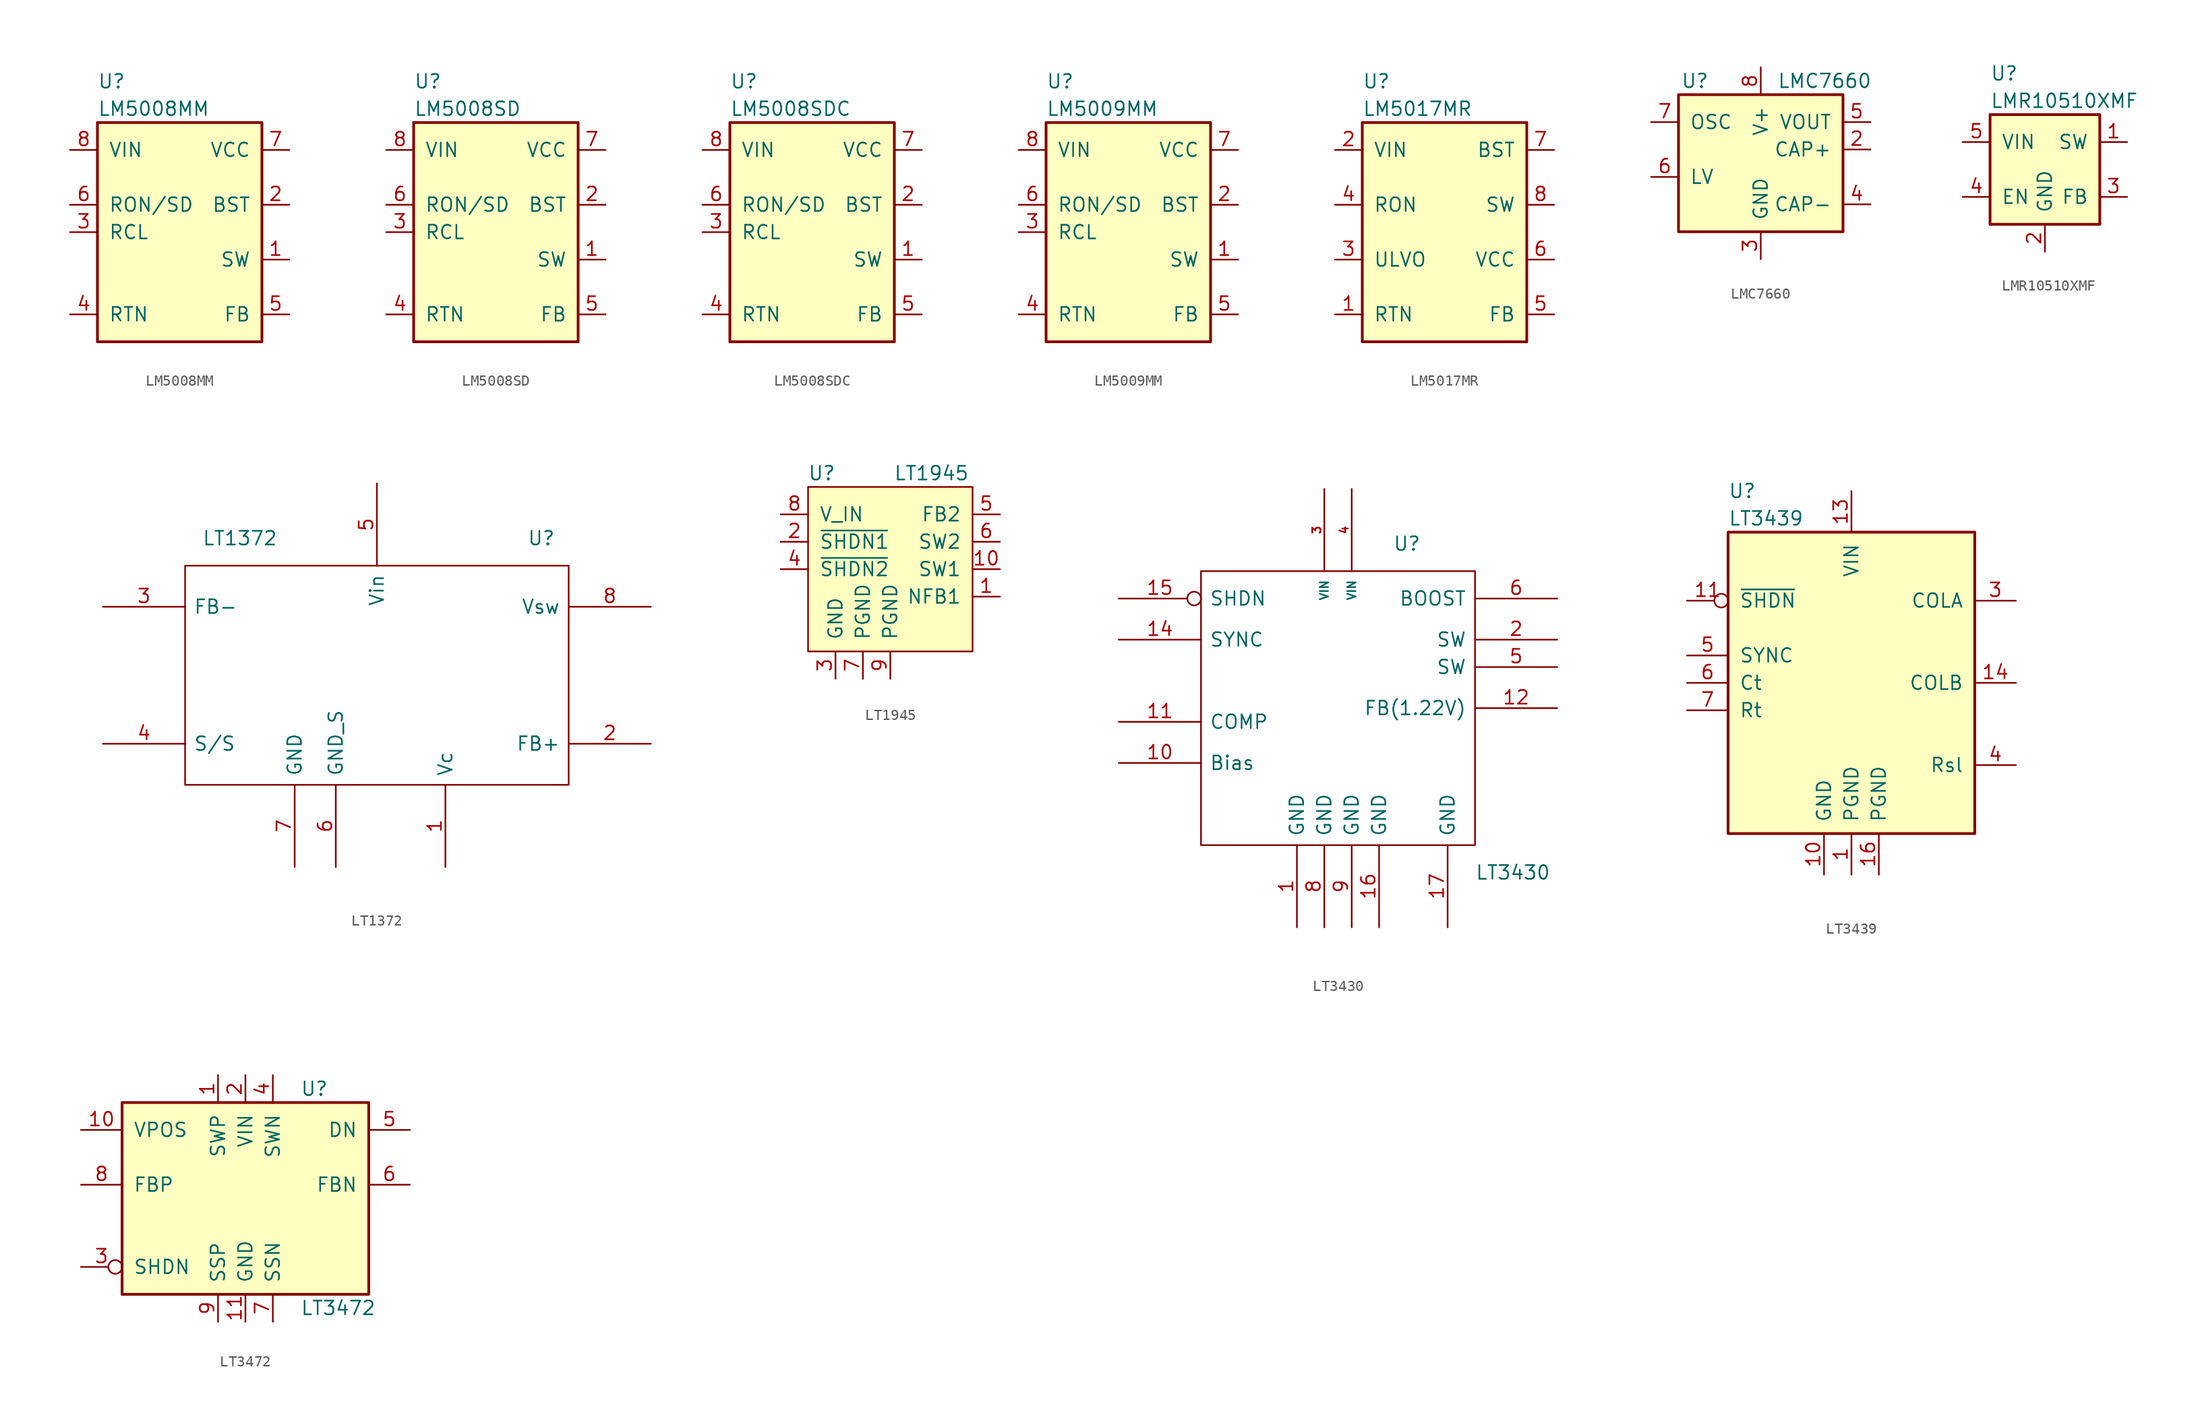
<source format=kicad_sym>
(kicad_symbol_lib
  (version 20211014)
  (generator kicad_symbol_editor)
  (symbol "LM5008MM"
    (pin_names
      (offset 1.016))
    (property "Reference" "U"
      (at -7.62 13.97 0)
      (effects (font (size 1.27 1.27)) (justify left)))
    (property "Value" "LM5008MM"
      (at -7.62 11.43 0)
      (effects (font (size 1.27 1.27)) (justify left)))
    (symbol "LM5008MM_0_1"
      (rectangle (start -7.62 10.16) (end 7.62 -10.16) (stroke (width 0.254) (type default) (color 0 0 0 0)) (fill (type background))))
    (symbol "LM5008MM_1_1"
      (pin output line (at 10.16 -2.54 180) (length 2.54) (name "SW" (effects (font (size 1.27 1.27)))) (number "1" (effects (font (size 1.27 1.27)))))
      (pin input line (at 10.16 2.54 180) (length 2.54) (name "BST" (effects (font (size 1.27 1.27)))) (number "2" (effects (font (size 1.27 1.27)))))
      (pin input line (at -10.16 0 0) (length 2.54) (name "RCL" (effects (font (size 1.27 1.27)))) (number "3" (effects (font (size 1.27 1.27)))))
      (pin power_in line (at -10.16 -7.62 0) (length 2.54) (name "RTN" (effects (font (size 1.27 1.27)))) (number "4" (effects (font (size 1.27 1.27)))))
      (pin input line (at 10.16 -7.62 180) (length 2.54) (name "FB" (effects (font (size 1.27 1.27)))) (number "5" (effects (font (size 1.27 1.27)))))
      (pin input line (at -10.16 2.54 0) (length 2.54) (name "RON/SD" (effects (font (size 1.27 1.27)))) (number "6" (effects (font (size 1.27 1.27)))))
      (pin output line (at 10.16 7.62 180) (length 2.54) (name "VCC" (effects (font (size 1.27 1.27)))) (number "7" (effects (font (size 1.27 1.27)))))
      (pin input line (at -10.16 7.62 0) (length 2.54) (name "VIN" (effects (font (size 1.27 1.27)))) (number "8" (effects (font (size 1.27 1.27)))))))
  (symbol "LM5008SD"
    (pin_names
      (offset 1.016))
    (property "Reference" "U"
      (at -7.62 13.97 0)
      (effects (font (size 1.27 1.27)) (justify left)))
    (property "Value" "LM5008SD"
      (at -7.62 11.43 0)
      (effects (font (size 1.27 1.27)) (justify left)))
    (symbol "LM5008SD_0_1"
      (rectangle (start -7.62 10.16) (end 7.62 -10.16) (stroke (width 0.254) (type default) (color 0 0 0 0)) (fill (type background))))
    (symbol "LM5008SD_1_1"
      (pin output line (at 10.16 -2.54 180) (length 2.54) (name "SW" (effects (font (size 1.27 1.27)))) (number "1" (effects (font (size 1.27 1.27)))))
      (pin input line (at 10.16 2.54 180) (length 2.54) (name "BST" (effects (font (size 1.27 1.27)))) (number "2" (effects (font (size 1.27 1.27)))))
      (pin input line (at -10.16 0 0) (length 2.54) (name "RCL" (effects (font (size 1.27 1.27)))) (number "3" (effects (font (size 1.27 1.27)))))
      (pin power_in line (at -10.16 -7.62 0) (length 2.54) (name "RTN" (effects (font (size 1.27 1.27)))) (number "4" (effects (font (size 1.27 1.27)))))
      (pin input line (at 10.16 -7.62 180) (length 2.54) (name "FB" (effects (font (size 1.27 1.27)))) (number "5" (effects (font (size 1.27 1.27)))))
      (pin input line (at -10.16 2.54 0) (length 2.54) (name "RON/SD" (effects (font (size 1.27 1.27)))) (number "6" (effects (font (size 1.27 1.27)))))
      (pin output line (at 10.16 7.62 180) (length 2.54) (name "VCC" (effects (font (size 1.27 1.27)))) (number "7" (effects (font (size 1.27 1.27)))))
      (pin input line (at -10.16 7.62 0) (length 2.54) (name "VIN" (effects (font (size 1.27 1.27)))) (number "8" (effects (font (size 1.27 1.27)))))))
  (symbol "LM5008SDC"
    (pin_names
      (offset 1.016))
    (property "Reference" "U"
      (at -7.62 13.97 0)
      (effects (font (size 1.27 1.27)) (justify left)))
    (property "Value" "LM5008SDC"
      (at -7.62 11.43 0)
      (effects (font (size 1.27 1.27)) (justify left)))
    (symbol "LM5008SDC_0_1"
      (rectangle (start -7.62 10.16) (end 7.62 -10.16) (stroke (width 0.254) (type default) (color 0 0 0 0)) (fill (type background))))
    (symbol "LM5008SDC_1_1"
      (pin output line (at 10.16 -2.54 180) (length 2.54) (name "SW" (effects (font (size 1.27 1.27)))) (number "1" (effects (font (size 1.27 1.27)))))
      (pin input line (at 10.16 2.54 180) (length 2.54) (name "BST" (effects (font (size 1.27 1.27)))) (number "2" (effects (font (size 1.27 1.27)))))
      (pin input line (at -10.16 0 0) (length 2.54) (name "RCL" (effects (font (size 1.27 1.27)))) (number "3" (effects (font (size 1.27 1.27)))))
      (pin power_in line (at -10.16 -7.62 0) (length 2.54) (name "RTN" (effects (font (size 1.27 1.27)))) (number "4" (effects (font (size 1.27 1.27)))))
      (pin input line (at 10.16 -7.62 180) (length 2.54) (name "FB" (effects (font (size 1.27 1.27)))) (number "5" (effects (font (size 1.27 1.27)))))
      (pin input line (at -10.16 2.54 0) (length 2.54) (name "RON/SD" (effects (font (size 1.27 1.27)))) (number "6" (effects (font (size 1.27 1.27)))))
      (pin output line (at 10.16 7.62 180) (length 2.54) (name "VCC" (effects (font (size 1.27 1.27)))) (number "7" (effects (font (size 1.27 1.27)))))
      (pin input line (at -10.16 7.62 0) (length 2.54) (name "VIN" (effects (font (size 1.27 1.27)))) (number "8" (effects (font (size 1.27 1.27)))))))
  (symbol "LM5009MM"
    (pin_names
      (offset 1.016))
    (property "Reference" "U"
      (at -7.62 13.97 0)
      (effects (font (size 1.27 1.27)) (justify left)))
    (property "Value" "LM5009MM"
      (at -7.62 11.43 0)
      (effects (font (size 1.27 1.27)) (justify left)))
    (symbol "LM5009MM_0_1"
      (rectangle (start -7.62 10.16) (end 7.62 -10.16) (stroke (width 0.254) (type default) (color 0 0 0 0)) (fill (type background))))
    (symbol "LM5009MM_1_1"
      (pin output line (at 10.16 -2.54 180) (length 2.54) (name "SW" (effects (font (size 1.27 1.27)))) (number "1" (effects (font (size 1.27 1.27)))))
      (pin input line (at 10.16 2.54 180) (length 2.54) (name "BST" (effects (font (size 1.27 1.27)))) (number "2" (effects (font (size 1.27 1.27)))))
      (pin input line (at -10.16 0 0) (length 2.54) (name "RCL" (effects (font (size 1.27 1.27)))) (number "3" (effects (font (size 1.27 1.27)))))
      (pin power_in line (at -10.16 -7.62 0) (length 2.54) (name "RTN" (effects (font (size 1.27 1.27)))) (number "4" (effects (font (size 1.27 1.27)))))
      (pin input line (at 10.16 -7.62 180) (length 2.54) (name "FB" (effects (font (size 1.27 1.27)))) (number "5" (effects (font (size 1.27 1.27)))))
      (pin input line (at -10.16 2.54 0) (length 2.54) (name "RON/SD" (effects (font (size 1.27 1.27)))) (number "6" (effects (font (size 1.27 1.27)))))
      (pin output line (at 10.16 7.62 180) (length 2.54) (name "VCC" (effects (font (size 1.27 1.27)))) (number "7" (effects (font (size 1.27 1.27)))))
      (pin input line (at -10.16 7.62 0) (length 2.54) (name "VIN" (effects (font (size 1.27 1.27)))) (number "8" (effects (font (size 1.27 1.27)))))))
  (symbol "LM5017MR"
    (pin_names
      (offset 1.016))
    (property "Reference" "U"
      (at -7.62 13.97 0)
      (effects (font (size 1.27 1.27)) (justify left)))
    (property "Value" "LM5017MR"
      (at -7.62 11.43 0)
      (effects (font (size 1.27 1.27)) (justify left)))
    (symbol "LM5017MR_0_1"
      (rectangle (start -7.62 10.16) (end 7.62 -10.16) (stroke (width 0.254) (type default) (color 0 0 0 0)) (fill (type background))))
    (symbol "LM5017MR_1_1"
      (pin power_in line (at -10.16 -7.62 0) (length 2.54) (name "RTN" (effects (font (size 1.27 1.27)))) (number "1" (effects (font (size 1.27 1.27)))))
      (pin input line (at -10.16 7.62 0) (length 2.54) (name "VIN" (effects (font (size 1.27 1.27)))) (number "2" (effects (font (size 1.27 1.27)))))
      (pin input line (at -10.16 -2.54 0) (length 2.54) (name "ULVO" (effects (font (size 1.27 1.27)))) (number "3" (effects (font (size 1.27 1.27)))))
      (pin input line (at -10.16 2.54 0) (length 2.54) (name "RON" (effects (font (size 1.27 1.27)))) (number "4" (effects (font (size 1.27 1.27)))))
      (pin input line (at 10.16 -7.62 180) (length 2.54) (name "FB" (effects (font (size 1.27 1.27)))) (number "5" (effects (font (size 1.27 1.27)))))
      (pin output line (at 10.16 -2.54 180) (length 2.54) (name "VCC" (effects (font (size 1.27 1.27)))) (number "6" (effects (font (size 1.27 1.27)))))
      (pin input line (at 10.16 7.62 180) (length 2.54) (name "BST" (effects (font (size 1.27 1.27)))) (number "7" (effects (font (size 1.27 1.27)))))
      (pin output line (at 10.16 2.54 180) (length 2.54) (name "SW" (effects (font (size 1.27 1.27)))) (number "8" (effects (font (size 1.27 1.27)))))))
  (symbol "LMC7660"
    (pin_names
      (offset 1.016))
    (property "Reference" "U"
      (at -6.096 6.35 0)
      (effects (font (size 1.27 1.27))))
    (property "Value" "LMC7660"
      (at 1.524 6.35 0)
      (effects (font (size 1.27 1.27)) (justify left)))
    (symbol "LMC7660_0_1"
      (rectangle (start -7.62 5.08) (end 7.62 -7.62) (stroke (width 0.254) (type default) (color 0 0 0 0)) (fill (type background))))
    (symbol "LMC7660_1_1"
      (pin no_connect line (at -7.62 -5.08 0) (length 2.54) hide (name "N/C" (effects (font (size 1.27 1.27)))) (number "1" (effects (font (size 1.27 1.27)))))
      (pin passive line (at 10.16 0 180) (length 2.54) (name "CAP+" (effects (font (size 1.27 1.27)))) (number "2" (effects (font (size 1.27 1.27)))))
      (pin power_in line (at 0 -10.16 90) (length 2.54) (name "GND" (effects (font (size 1.27 1.27)))) (number "3" (effects (font (size 1.27 1.27)))))
      (pin passive line (at 10.16 -5.08 180) (length 2.54) (name "CAP-" (effects (font (size 1.27 1.27)))) (number "4" (effects (font (size 1.27 1.27)))))
      (pin power_out line (at 10.16 2.54 180) (length 2.54) (name "VOUT" (effects (font (size 1.27 1.27)))) (number "5" (effects (font (size 1.27 1.27)))))
      (pin input line (at -10.16 -2.54 0) (length 2.54) (name "LV" (effects (font (size 1.27 1.27)))) (number "6" (effects (font (size 1.27 1.27)))))
      (pin input line (at -10.16 2.54 0) (length 2.54) (name "OSC" (effects (font (size 1.27 1.27)))) (number "7" (effects (font (size 1.27 1.27)))))
      (pin power_in line (at 0 7.62 270) (length 2.54) (name "V+" (effects (font (size 1.27 1.27)))) (number "8" (effects (font (size 1.27 1.27)))))))
  (symbol "LMR10510XMF"
    (pin_names
      (offset 1.016))
    (property "Reference" "U"
      (at -5.08 8.89 0)
      (effects (font (size 1.27 1.27)) (justify left)))
    (property "Value" "LMR10510XMF"
      (at -5.08 6.35 0)
      (effects (font (size 1.27 1.27)) (justify left)))
    (symbol "LMR10510XMF_0_1"
      (rectangle (start -5.08 5.08) (end 5.08 -5.08) (stroke (width 0.254) (type default) (color 0 0 0 0)) (fill (type background))))
    (symbol "LMR10510XMF_1_1"
      (pin output line (at 7.62 2.54 180) (length 2.54) (name "SW" (effects (font (size 1.27 1.27)))) (number "1" (effects (font (size 1.27 1.27)))))
      (pin power_in line (at 0 -7.62 90) (length 2.54) (name "GND" (effects (font (size 1.27 1.27)))) (number "2" (effects (font (size 1.27 1.27)))))
      (pin input line (at 7.62 -2.54 180) (length 2.54) (name "FB" (effects (font (size 1.27 1.27)))) (number "3" (effects (font (size 1.27 1.27)))))
      (pin input line (at -7.62 -2.54 0) (length 2.54) (name "EN" (effects (font (size 1.27 1.27)))) (number "4" (effects (font (size 1.27 1.27)))))
      (pin input line (at -7.62 2.54 0) (length 2.54) (name "VIN" (effects (font (size 1.27 1.27)))) (number "5" (effects (font (size 1.27 1.27)))))))
  (symbol "LT1372"
    (pin_names
      (offset 0.762))
    (property "Reference" "U"
      (at 15.24 12.7 0)
      (effects (font (size 1.27 1.27))))
    (property "Value" "LT1372"
      (at -12.7 12.7 0)
      (effects (font (size 1.27 1.27))))
    (symbol "LT1372_0_1"
      (rectangle (start -17.78 -10.16) (end 17.78 10.16) (stroke (width 0) (type default) (color 0 0 0 0)) (fill (type none))))
    (symbol "LT1372_1_1"
      (pin input line (at 6.35 -17.78 90) (length 7.62) (name "Vc" (effects (font (size 1.27 1.27)))) (number "1" (effects (font (size 1.27 1.27)))))
      (pin input line (at 25.4 -6.35 180) (length 7.62) (name "FB+" (effects (font (size 1.27 1.27)))) (number "2" (effects (font (size 1.27 1.27)))))
      (pin passive line (at -25.4 6.35 0) (length 7.62) (name "FB-" (effects (font (size 1.27 1.27)))) (number "3" (effects (font (size 1.27 1.27)))))
      (pin passive line (at -25.4 -6.35 0) (length 7.62) (name "S/S" (effects (font (size 1.27 1.27)))) (number "4" (effects (font (size 1.27 1.27)))))
      (pin power_in line (at 0 17.78 270) (length 7.62) (name "Vin" (effects (font (size 1.27 1.27)))) (number "5" (effects (font (size 1.27 1.27)))))
      (pin input line (at -3.81 -17.78 90) (length 7.62) (name "GND_S" (effects (font (size 1.27 1.27)))) (number "6" (effects (font (size 1.27 1.27)))))
      (pin input line (at -7.62 -17.78 90) (length 7.62) (name "GND" (effects (font (size 1.27 1.27)))) (number "7" (effects (font (size 1.27 1.27)))))
      (pin input line (at 25.4 6.35 180) (length 7.62) (name "Vsw" (effects (font (size 1.27 1.27)))) (number "8" (effects (font (size 1.27 1.27)))))))
  (symbol "LT1945"
    (pin_names
      (offset 1.016))
    (property "Reference" "U"
      (at -6.35 11.43 0)
      (effects (font (size 1.27 1.27))))
    (property "Value" "LT1945"
      (at 3.81 11.43 0)
      (effects (font (size 1.27 1.27))))
    (symbol "LT1945_0_1"
      (rectangle (start -7.62 10.16) (end 7.62 -5.08) (stroke (width 0) (type default) (color 0 0 0 0)) (fill (type background))))
    (symbol "LT1945_1_1"
      (pin input line (at 10.16 0 180) (length 2.54) (name "NFB1" (effects (font (size 1.27 1.27)))) (number "1" (effects (font (size 1.27 1.27)))))
      (pin power_out line (at 10.16 2.54 180) (length 2.54) (name "SW1" (effects (font (size 1.27 1.27)))) (number "10" (effects (font (size 1.27 1.27)))))
      (pin input line (at -10.16 5.08 0) (length 2.54) (name "~{SHDN1}" (effects (font (size 1.27 1.27)))) (number "2" (effects (font (size 1.27 1.27)))))
      (pin power_in line (at -5.08 -7.62 90) (length 2.54) (name "GND" (effects (font (size 1.27 1.27)))) (number "3" (effects (font (size 1.27 1.27)))))
      (pin input line (at -10.16 2.54 0) (length 2.54) (name "~{SHDN2}" (effects (font (size 1.27 1.27)))) (number "4" (effects (font (size 1.27 1.27)))))
      (pin input line (at 10.16 7.62 180) (length 2.54) (name "FB2" (effects (font (size 1.27 1.27)))) (number "5" (effects (font (size 1.27 1.27)))))
      (pin power_out line (at 10.16 5.08 180) (length 2.54) (name "SW2" (effects (font (size 1.27 1.27)))) (number "6" (effects (font (size 1.27 1.27)))))
      (pin power_in line (at -2.54 -7.62 90) (length 2.54) (name "PGND" (effects (font (size 1.27 1.27)))) (number "7" (effects (font (size 1.27 1.27)))))
      (pin power_in line (at -10.16 7.62 0) (length 2.54) (name "V_IN" (effects (font (size 1.27 1.27)))) (number "8" (effects (font (size 1.27 1.27)))))
      (pin power_in line (at 0 -7.62 90) (length 2.54) (name "PGND" (effects (font (size 1.27 1.27)))) (number "9" (effects (font (size 1.27 1.27)))))))
  (symbol "LT3430"
    (pin_names
      (offset 0.762))
    (property "Reference" "U"
      (at 5.08 15.24 0)
      (effects (font (size 1.27 1.27)) (justify left)))
    (property "Value" "LT3430"
      (at 12.7 -15.24 0)
      (effects (font (size 1.27 1.27)) (justify left)))
    (symbol "LT3430_0_1"
      (rectangle (start -12.7 12.7) (end 12.7 -12.7) (stroke (width 0) (type default) (color 0 0 0 0)) (fill (type none))))
    (symbol "LT3430_1_1"
      (pin power_in line (at -3.81 -20.32 90) (length 7.62) (name "GND" (effects (font (size 1.27 1.27)))) (number "1" (effects (font (size 1.27 1.27)))))
      (pin input line (at -20.32 -5.08 0) (length 7.62) (name "Bias" (effects (font (size 1.27 1.27)))) (number "10" (effects (font (size 1.27 1.27)))))
      (pin input line (at -20.32 -1.27 0) (length 7.62) (name "COMP" (effects (font (size 1.27 1.27)))) (number "11" (effects (font (size 1.27 1.27)))))
      (pin input line (at 20.32 0 180) (length 7.62) (name "FB(1.22V)" (effects (font (size 1.27 1.27)))) (number "12" (effects (font (size 1.27 1.27)))))
      (pin input line (at -20.32 6.35 0) (length 7.62) (name "SYNC" (effects (font (size 1.27 1.27)))) (number "14" (effects (font (size 1.27 1.27)))))
      (pin input inverted (at -20.32 10.16 0) (length 7.62) (name "SHDN" (effects (font (size 1.27 1.27)))) (number "15" (effects (font (size 1.27 1.27)))))
      (pin power_in line (at 3.81 -20.32 90) (length 7.62) (name "GND" (effects (font (size 1.27 1.27)))) (number "16" (effects (font (size 1.27 1.27)))))
      (pin power_in line (at 10.16 -20.32 90) (length 7.62) (name "GND" (effects (font (size 1.27 1.27)))) (number "17" (effects (font (size 1.27 1.27)))))
      (pin output line (at 20.32 6.35 180) (length 7.62) (name "SW" (effects (font (size 1.27 1.27)))) (number "2" (effects (font (size 1.27 1.27)))))
      (pin input line (at -1.27 20.32 270) (length 7.62) (name "VIN" (effects (font (size 0.762 0.762)))) (number "3" (effects (font (size 0.762 0.762)))))
      (pin input line (at 1.27 20.32 270) (length 7.62) (name "VIN" (effects (font (size 0.762 0.762)))) (number "4" (effects (font (size 0.762 0.762)))))
      (pin passive line (at 20.32 3.81 180) (length 7.62) (name "SW" (effects (font (size 1.27 1.27)))) (number "5" (effects (font (size 1.27 1.27)))))
      (pin input line (at 20.32 10.16 180) (length 7.62) (name "BOOST" (effects (font (size 1.27 1.27)))) (number "6" (effects (font (size 1.27 1.27)))))
      (pin power_in line (at -1.27 -20.32 90) (length 7.62) (name "GND" (effects (font (size 1.27 1.27)))) (number "8" (effects (font (size 1.27 1.27)))))
      (pin power_in line (at 1.27 -20.32 90) (length 7.62) (name "GND" (effects (font (size 1.27 1.27)))) (number "9" (effects (font (size 1.27 1.27)))))))
  (symbol "LT3439"
    (pin_names
      (offset 1.016))
    (property "Reference" "U"
      (at -11.43 17.78 0)
      (effects (font (size 1.27 1.27)) (justify left)))
    (property "Value" "LT3439"
      (at -11.43 15.24 0)
      (effects (font (size 1.27 1.27)) (justify left)))
    (symbol "LT3439_0_1"
      (rectangle (start -11.43 13.97) (end 11.43 -13.97) (stroke (width 0.254) (type default) (color 0 0 0 0)) (fill (type background))))
    (symbol "LT3439_1_1"
      (pin power_in line (at 0 -17.78 90) (length 3.81) (name "PGND" (effects (font (size 1.27 1.27)))) (number "1" (effects (font (size 1.27 1.27)))))
      (pin power_in line (at -2.54 -17.78 90) (length 3.81) (name "GND" (effects (font (size 1.27 1.27)))) (number "10" (effects (font (size 1.27 1.27)))))
      (pin input inverted (at -15.24 7.62 0) (length 3.81) (name "~{SHDN}" (effects (font (size 1.27 1.27)))) (number "11" (effects (font (size 1.27 1.27)))))
      (pin power_in line (at 0 17.78 270) (length 3.81) (name "VIN" (effects (font (size 1.27 1.27)))) (number "13" (effects (font (size 1.27 1.27)))))
      (pin output line (at 15.24 0 180) (length 3.81) (name "COLB" (effects (font (size 1.27 1.27)))) (number "14" (effects (font (size 1.27 1.27)))))
      (pin power_in line (at 2.54 -17.78 90) (length 3.81) (name "PGND" (effects (font (size 1.27 1.27)))) (number "16" (effects (font (size 1.27 1.27)))))
      (pin output line (at 15.24 7.62 180) (length 3.81) (name "COLA" (effects (font (size 1.27 1.27)))) (number "3" (effects (font (size 1.27 1.27)))))
      (pin passive line (at 15.24 -7.62 180) (length 3.81) (name "Rsl" (effects (font (size 1.27 1.27)))) (number "4" (effects (font (size 1.27 1.27)))))
      (pin passive line (at -15.24 2.54 0) (length 3.81) (name "SYNC" (effects (font (size 1.27 1.27)))) (number "5" (effects (font (size 1.27 1.27)))))
      (pin passive line (at -15.24 0 0) (length 3.81) (name "Ct" (effects (font (size 1.27 1.27)))) (number "6" (effects (font (size 1.27 1.27)))))
      (pin passive line (at -15.24 -2.54 0) (length 3.81) (name "Rt" (effects (font (size 1.27 1.27)))) (number "7" (effects (font (size 1.27 1.27)))))))
  (symbol "LT3472"
    (pin_names
      (offset 1.016))
    (property "Reference" "U"
      (at 5.08 8.89 0)
      (effects (font (size 1.27 1.27)) (justify left)))
    (property "Value" "LT3472"
      (at 5.08 -11.43 0)
      (effects (font (size 1.27 1.27)) (justify left)))
    (symbol "LT3472_0_1"
      (rectangle (start -11.43 7.62) (end 11.43 -10.16) (stroke (width 0.254) (type default) (color 0 0 0 0)) (fill (type background))))
    (symbol "LT3472_1_1"
      (pin power_in line (at -2.54 10.16 270) (length 2.54) (name "SWP" (effects (font (size 1.27 1.27)))) (number "1" (effects (font (size 1.27 1.27)))))
      (pin output line (at -15.24 5.08 0) (length 3.81) (name "VPOS" (effects (font (size 1.27 1.27)))) (number "10" (effects (font (size 1.27 1.27)))))
      (pin power_in line (at 0 -12.7 90) (length 2.54) (name "GND" (effects (font (size 1.27 1.27)))) (number "11" (effects (font (size 1.27 1.27)))))
      (pin power_in line (at 0 10.16 270) (length 2.54) (name "VIN" (effects (font (size 1.27 1.27)))) (number "2" (effects (font (size 1.27 1.27)))))
      (pin input inverted (at -15.24 -7.62 0) (length 3.81) (name "SHDN" (effects (font (size 1.27 1.27)))) (number "3" (effects (font (size 1.27 1.27)))))
      (pin power_in line (at 2.54 10.16 270) (length 2.54) (name "SWN" (effects (font (size 1.27 1.27)))) (number "4" (effects (font (size 1.27 1.27)))))
      (pin input line (at 15.24 5.08 180) (length 3.81) (name "DN" (effects (font (size 1.27 1.27)))) (number "5" (effects (font (size 1.27 1.27)))))
      (pin input line (at 15.24 0 180) (length 3.81) (name "FBN" (effects (font (size 1.27 1.27)))) (number "6" (effects (font (size 1.27 1.27)))))
      (pin power_in line (at 2.54 -12.7 90) (length 2.54) (name "SSN" (effects (font (size 1.27 1.27)))) (number "7" (effects (font (size 1.27 1.27)))))
      (pin input line (at -15.24 0 0) (length 3.81) (name "FBP" (effects (font (size 1.27 1.27)))) (number "8" (effects (font (size 1.27 1.27)))))
      (pin power_in line (at -2.54 -12.7 90) (length 2.54) (name "SSP" (effects (font (size 1.27 1.27)))) (number "9" (effects (font (size 1.27 1.27))))))))
</source>
